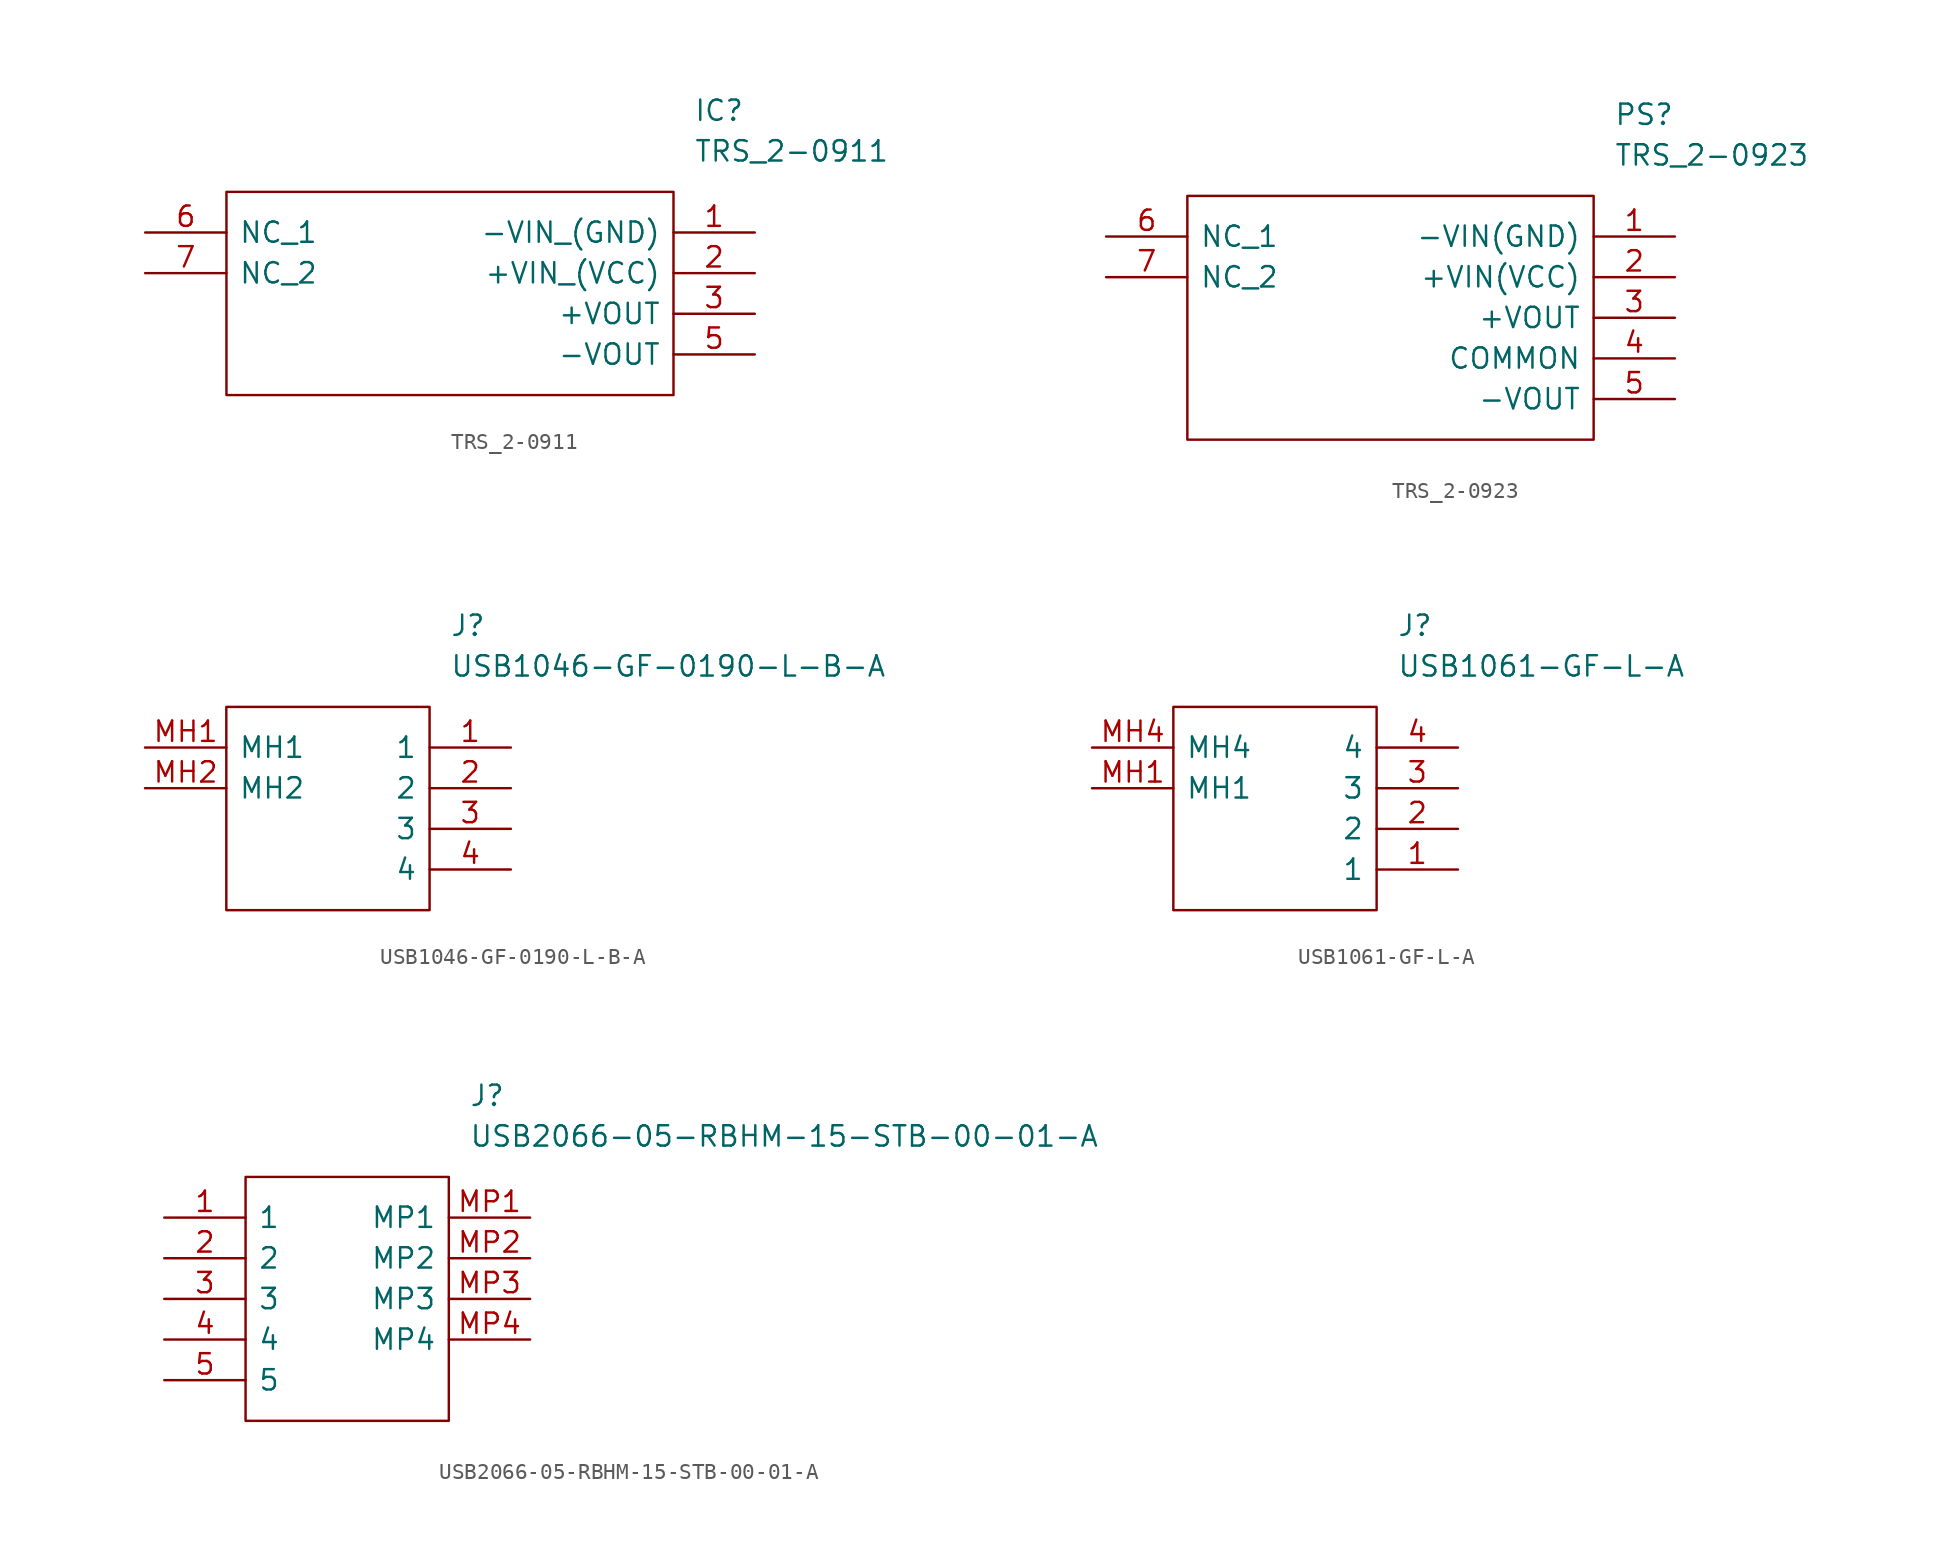
<source format=kicad_sym>
(kicad_symbol_lib
  (version 20211014)
  (generator kicad_symbol_editor)
  (symbol "TRS_2-0911"
    (pin_names
      (offset 0.762))
    (property "Reference" "IC"
      (at 34.29 7.62 0)
      (effects (font (size 1.27 1.27)) (justify left)))
    (property "Value" "TRS_2-0911"
      (at 34.29 5.08 0)
      (effects (font (size 1.27 1.27)) (justify left)))
    (symbol "TRS_2-0911_0_0"
      (pin passive line (at 38.1 0 180) (length 5.08) (name "-VIN_(GND)" (effects (font (size 1.27 1.27)))) (number "1" (effects (font (size 1.27 1.27)))))
      (pin passive line (at 38.1 -2.54 180) (length 5.08) (name "+VIN_(VCC)" (effects (font (size 1.27 1.27)))) (number "2" (effects (font (size 1.27 1.27)))))
      (pin passive line (at 38.1 -5.08 180) (length 5.08) (name "+VOUT" (effects (font (size 1.27 1.27)))) (number "3" (effects (font (size 1.27 1.27)))))
      (pin passive line (at 38.1 -7.62 180) (length 5.08) (name "-VOUT" (effects (font (size 1.27 1.27)))) (number "5" (effects (font (size 1.27 1.27)))))
      (pin passive line (at 0 0 0) (length 5.08) (name "NC_1" (effects (font (size 1.27 1.27)))) (number "6" (effects (font (size 1.27 1.27)))))
      (pin passive line (at 0 -2.54 0) (length 5.08) (name "NC_2" (effects (font (size 1.27 1.27)))) (number "7" (effects (font (size 1.27 1.27))))))
    (symbol "TRS_2-0911_0_1"
      (polyline (pts (xy 5.08 2.54) (xy 33.02 2.54) (xy 33.02 -10.16) (xy 5.08 -10.16) (xy 5.08 2.54)) (stroke (width 0.152) (type default) (color 0 0 0 0)) (fill (type none)))))
  (symbol "TRS_2-0923"
    (pin_names
      (offset 0.762))
    (property "Reference" "PS"
      (at 31.75 7.62 0)
      (effects (font (size 1.27 1.27)) (justify left)))
    (property "Value" "TRS_2-0923"
      (at 31.75 5.08 0)
      (effects (font (size 1.27 1.27)) (justify left)))
    (symbol "TRS_2-0923_0_0"
      (pin passive line (at 35.56 0 180) (length 5.08) (name "-VIN(GND)" (effects (font (size 1.27 1.27)))) (number "1" (effects (font (size 1.27 1.27)))))
      (pin passive line (at 35.56 -2.54 180) (length 5.08) (name "+VIN(VCC)" (effects (font (size 1.27 1.27)))) (number "2" (effects (font (size 1.27 1.27)))))
      (pin passive line (at 35.56 -5.08 180) (length 5.08) (name "+VOUT" (effects (font (size 1.27 1.27)))) (number "3" (effects (font (size 1.27 1.27)))))
      (pin passive line (at 35.56 -7.62 180) (length 5.08) (name "COMMON" (effects (font (size 1.27 1.27)))) (number "4" (effects (font (size 1.27 1.27)))))
      (pin passive line (at 35.56 -10.16 180) (length 5.08) (name "-VOUT" (effects (font (size 1.27 1.27)))) (number "5" (effects (font (size 1.27 1.27)))))
      (pin passive line (at 0 0 0) (length 5.08) (name "NC_1" (effects (font (size 1.27 1.27)))) (number "6" (effects (font (size 1.27 1.27)))))
      (pin passive line (at 0 -2.54 0) (length 5.08) (name "NC_2" (effects (font (size 1.27 1.27)))) (number "7" (effects (font (size 1.27 1.27))))))
    (symbol "TRS_2-0923_0_1"
      (polyline (pts (xy 5.08 2.54) (xy 30.48 2.54) (xy 30.48 -12.7) (xy 5.08 -12.7) (xy 5.08 2.54)) (stroke (width 0.152) (type default) (color 0 0 0 0)) (fill (type none)))))
  (symbol "USB1046-GF-0190-L-B-A"
    (pin_names
      (offset 0.762))
    (property "Reference" "J"
      (at 19.05 7.62 0)
      (effects (font (size 1.27 1.27)) (justify left)))
    (property "Value" "USB1046-GF-0190-L-B-A"
      (at 19.05 5.08 0)
      (effects (font (size 1.27 1.27)) (justify left)))
    (symbol "USB1046-GF-0190-L-B-A_0_0"
      (pin passive line (at 22.86 0 180) (length 5.08) (name "1" (effects (font (size 1.27 1.27)))) (number "1" (effects (font (size 1.27 1.27)))))
      (pin passive line (at 22.86 -2.54 180) (length 5.08) (name "2" (effects (font (size 1.27 1.27)))) (number "2" (effects (font (size 1.27 1.27)))))
      (pin passive line (at 22.86 -5.08 180) (length 5.08) (name "3" (effects (font (size 1.27 1.27)))) (number "3" (effects (font (size 1.27 1.27)))))
      (pin passive line (at 22.86 -7.62 180) (length 5.08) (name "4" (effects (font (size 1.27 1.27)))) (number "4" (effects (font (size 1.27 1.27)))))
      (pin passive line (at 0 0 0) (length 5.08) (name "MH1" (effects (font (size 1.27 1.27)))) (number "MH1" (effects (font (size 1.27 1.27)))))
      (pin passive line (at 0 -2.54 0) (length 5.08) (name "MH2" (effects (font (size 1.27 1.27)))) (number "MH2" (effects (font (size 1.27 1.27))))))
    (symbol "USB1046-GF-0190-L-B-A_0_1"
      (polyline (pts (xy 5.08 2.54) (xy 17.78 2.54) (xy 17.78 -10.16) (xy 5.08 -10.16) (xy 5.08 2.54)) (stroke (width 0.152) (type default) (color 0 0 0 0)) (fill (type none)))))
  (symbol "USB1061-GF-L-A"
    (pin_names
      (offset 0.762))
    (property "Reference" "J"
      (at 19.05 7.62 0)
      (effects (font (size 1.27 1.27)) (justify left)))
    (property "Value" "USB1061-GF-L-A"
      (at 19.05 5.08 0)
      (effects (font (size 1.27 1.27)) (justify left)))
    (symbol "USB1061-GF-L-A_0_0"
      (pin passive line (at 22.86 -7.62 180) (length 5.08) (name "1" (effects (font (size 1.27 1.27)))) (number "1" (effects (font (size 1.27 1.27)))))
      (pin passive line (at 22.86 -5.08 180) (length 5.08) (name "2" (effects (font (size 1.27 1.27)))) (number "2" (effects (font (size 1.27 1.27)))))
      (pin passive line (at 22.86 -2.54 180) (length 5.08) (name "3" (effects (font (size 1.27 1.27)))) (number "3" (effects (font (size 1.27 1.27)))))
      (pin passive line (at 22.86 0 180) (length 5.08) (name "4" (effects (font (size 1.27 1.27)))) (number "4" (effects (font (size 1.27 1.27)))))
      (pin passive line (at 0 -2.54 0) (length 5.08) (name "MH1" (effects (font (size 1.27 1.27)))) (number "MH1" (effects (font (size 1.27 1.27)))))
      (pin passive line (at 0 0 0) (length 5.08) (name "MH4" (effects (font (size 1.27 1.27)))) (number "MH4" (effects (font (size 1.27 1.27))))))
    (symbol "USB1061-GF-L-A_0_1"
      (polyline (pts (xy 5.08 2.54) (xy 17.78 2.54) (xy 17.78 -10.16) (xy 5.08 -10.16) (xy 5.08 2.54)) (stroke (width 0.152) (type default) (color 0 0 0 0)) (fill (type none)))))
  (symbol "USB2066-05-RBHM-15-STB-00-01-A"
    (pin_names
      (offset 0.762))
    (property "Reference" "J"
      (at 19.05 7.62 0)
      (effects (font (size 1.27 1.27)) (justify left)))
    (property "Value" "USB2066-05-RBHM-15-STB-00-01-A"
      (at 19.05 5.08 0)
      (effects (font (size 1.27 1.27)) (justify left)))
    (symbol "USB2066-05-RBHM-15-STB-00-01-A_0_0"
      (pin passive line (at 0 0 0) (length 5.08) (name "1" (effects (font (size 1.27 1.27)))) (number "1" (effects (font (size 1.27 1.27)))))
      (pin passive line (at 0 -2.54 0) (length 5.08) (name "2" (effects (font (size 1.27 1.27)))) (number "2" (effects (font (size 1.27 1.27)))))
      (pin passive line (at 0 -5.08 0) (length 5.08) (name "3" (effects (font (size 1.27 1.27)))) (number "3" (effects (font (size 1.27 1.27)))))
      (pin passive line (at 0 -7.62 0) (length 5.08) (name "4" (effects (font (size 1.27 1.27)))) (number "4" (effects (font (size 1.27 1.27)))))
      (pin passive line (at 0 -10.16 0) (length 5.08) (name "5" (effects (font (size 1.27 1.27)))) (number "5" (effects (font (size 1.27 1.27)))))
      (pin passive line (at 22.86 0 180) (length 5.08) (name "MP1" (effects (font (size 1.27 1.27)))) (number "MP1" (effects (font (size 1.27 1.27)))))
      (pin passive line (at 22.86 -2.54 180) (length 5.08) (name "MP2" (effects (font (size 1.27 1.27)))) (number "MP2" (effects (font (size 1.27 1.27)))))
      (pin passive line (at 22.86 -5.08 180) (length 5.08) (name "MP3" (effects (font (size 1.27 1.27)))) (number "MP3" (effects (font (size 1.27 1.27)))))
      (pin passive line (at 22.86 -7.62 180) (length 5.08) (name "MP4" (effects (font (size 1.27 1.27)))) (number "MP4" (effects (font (size 1.27 1.27))))))
    (symbol "USB2066-05-RBHM-15-STB-00-01-A_0_1"
      (polyline (pts (xy 5.08 2.54) (xy 17.78 2.54) (xy 17.78 -12.7) (xy 5.08 -12.7) (xy 5.08 2.54)) (stroke (width 0.152) (type default) (color 0 0 0 0)) (fill (type none))))))
</source>
